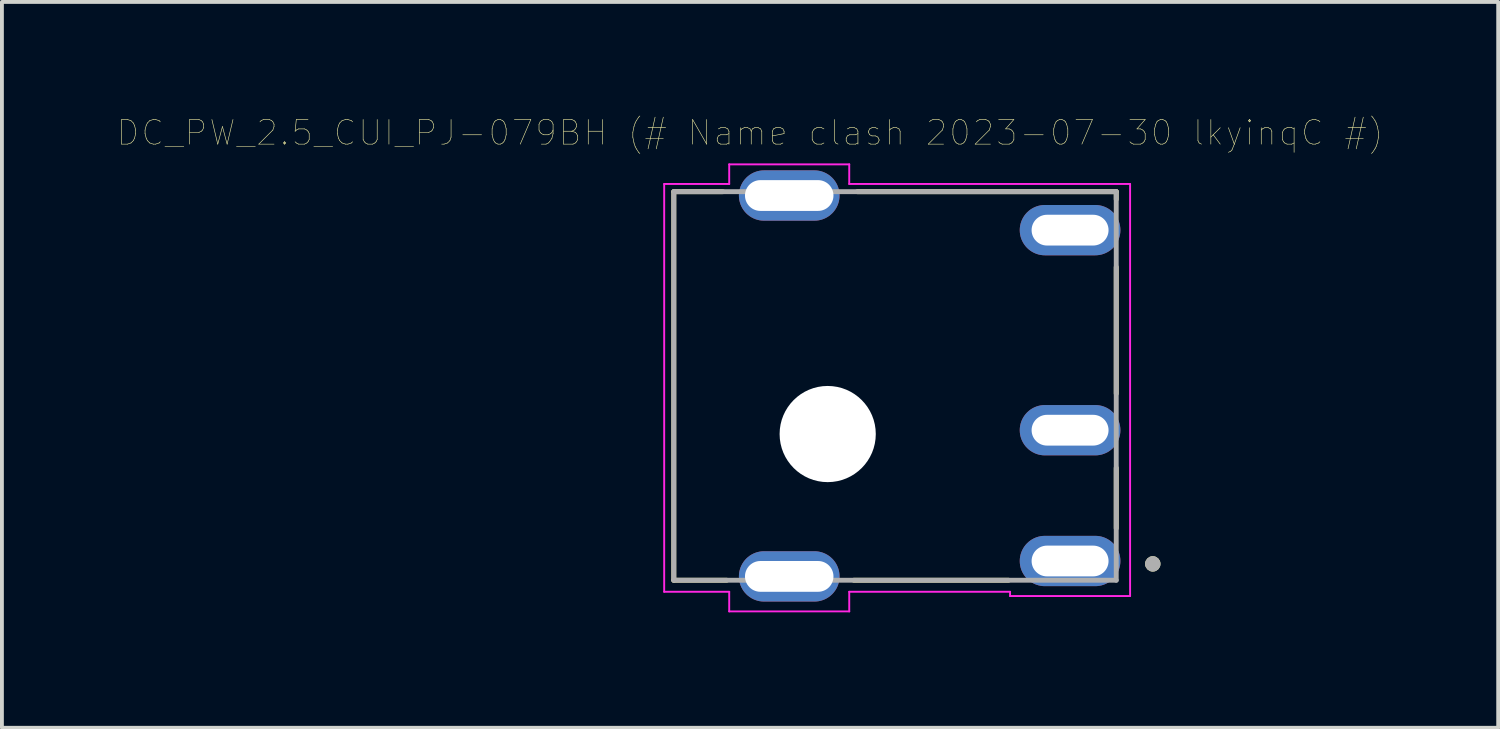
<source format=kicad_pcb>
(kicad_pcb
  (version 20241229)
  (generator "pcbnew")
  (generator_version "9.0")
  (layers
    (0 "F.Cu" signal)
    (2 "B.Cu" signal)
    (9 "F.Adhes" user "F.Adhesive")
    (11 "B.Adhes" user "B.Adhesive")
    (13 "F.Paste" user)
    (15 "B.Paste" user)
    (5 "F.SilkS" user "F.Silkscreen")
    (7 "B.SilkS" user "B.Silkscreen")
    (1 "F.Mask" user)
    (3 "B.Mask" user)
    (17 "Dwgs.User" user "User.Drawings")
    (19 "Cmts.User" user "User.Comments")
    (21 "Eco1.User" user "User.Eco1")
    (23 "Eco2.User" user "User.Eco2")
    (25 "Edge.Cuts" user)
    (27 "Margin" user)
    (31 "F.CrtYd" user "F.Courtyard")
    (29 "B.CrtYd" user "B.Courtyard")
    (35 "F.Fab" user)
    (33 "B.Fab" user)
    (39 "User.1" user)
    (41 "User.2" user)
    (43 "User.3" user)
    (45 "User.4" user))
  (footprint "DC_PW_2.5_CUI_PJ-079BH (# Name clash 2023-07-30 lkyinqC #)"
    (layer "F.Cu")
    (at 14.464 8.232)
    (property "Reference" "DC_PW_2.5_CUI_PJ-079BH (# Name clash 2023-07-30 lkyinqC #)" (at 1.982 -7.831 0) (layer "F.SilkS") (effects (font (size 0.64 0.64) (thickness 0.015))))
    (attr through_hole)
    (fp_line (start 0 -6.3) (end 1.275 -6.3) (stroke (width 0.127) (type solid)) (layer "F.SilkS"))
    (fp_line (start 0 3.8) (end 0 -6.3) (stroke (width 0.127) (type solid)) (layer "F.SilkS"))
    (fp_line (start 1.375 3.8) (end 0 3.8) (stroke (width 0.127) (type solid)) (layer "F.SilkS"))
    (fp_line (start 4.77 -6.3) (end 11.5 -6.3) (stroke (width 0.127) (type solid)) (layer "F.SilkS"))
    (fp_line (start 8.7 3.8) (end 4.68 3.8) (stroke (width 0.127) (type solid)) (layer "F.SilkS"))
    (fp_line (start 11.5 -6.3) (end 11.5 -6.1) (stroke (width 0.127) (type solid)) (layer "F.SilkS"))
    (fp_line (start 11.5 -4.34) (end 11.5 -1.05) (stroke (width 0.127) (type solid)) (layer "F.SilkS"))
    (fp_line (start 11.5 0.88) (end 11.5 2.45) (stroke (width 0.127) (type solid)) (layer "F.SilkS"))
    (fp_circle (center 12.45 3.375) (end 12.55 3.375) (stroke (width 0.2) (type solid)) (fill no) (layer "F.SilkS"))
    (fp_line (start -0.25 4.1) (end -0.25 -6.5) (stroke (width 0.05) (type solid)) (layer "F.CrtYd"))
    (fp_line (start -0.25 4.1) (end 1.44 4.1) (stroke (width 0.05) (type solid)) (layer "F.CrtYd"))
    (fp_line (start 1.44 -6.5) (end -0.25 -6.5) (stroke (width 0.05) (type solid)) (layer "F.CrtYd"))
    (fp_line (start 1.44 -6.5) (end 1.44 -7.01) (stroke (width 0.05) (type solid)) (layer "F.CrtYd"))
    (fp_line (start 1.44 4.1) (end 1.44 4.61) (stroke (width 0.05) (type solid)) (layer "F.CrtYd"))
    (fp_line (start 1.44 4.61) (end 4.56 4.61) (stroke (width 0.05) (type solid)) (layer "F.CrtYd"))
    (fp_line (start 4.56 -7.01) (end 1.44 -7.01) (stroke (width 0.05) (type solid)) (layer "F.CrtYd"))
    (fp_line (start 4.56 -6.5) (end 4.56 -7.01) (stroke (width 0.05) (type solid)) (layer "F.CrtYd"))
    (fp_line (start 4.56 4.1) (end 4.56 4.61) (stroke (width 0.05) (type solid)) (layer "F.CrtYd"))
    (fp_line (start 4.56 4.1) (end 8.74 4.1) (stroke (width 0.05) (type solid)) (layer "F.CrtYd"))
    (fp_line (start 8.74 4.1) (end 8.74 4.21) (stroke (width 0.05) (type solid)) (layer "F.CrtYd"))
    (fp_line (start 8.74 4.21) (end 11.86 4.21) (stroke (width 0.05) (type solid)) (layer "F.CrtYd"))
    (fp_line (start 11.86 -6.5) (end 4.56 -6.5) (stroke (width 0.05) (type solid)) (layer "F.CrtYd"))
    (fp_line (start 11.86 4.21) (end 11.86 -6.5) (stroke (width 0.05) (type solid)) (layer "F.CrtYd"))
    (fp_line (start 0 -6.3) (end 11.5 -6.3) (stroke (width 0.127) (type solid)) (layer "F.Fab"))
    (fp_line (start 0 3.8) (end 0 -6.3) (stroke (width 0.127) (type solid)) (layer "F.Fab"))
    (fp_line (start 0 3.8) (end 11.5 3.8) (stroke (width 0.127) (type solid)) (layer "F.Fab"))
    (fp_line (start 11.5 3.8) (end 11.5 -6.3) (stroke (width 0.127) (type solid)) (layer "F.Fab"))
    (fp_circle (center 12.45 3.375) (end 12.55 3.375) (stroke (width 0.2) (type solid)) (fill no) (layer "F.Fab"))
    (pad "" np_thru_hole circle (at 4 0) (size 2.5 2.5) (drill 2.5) (layers "*.Cu" "*.Mask"))
    (pad "1" thru_hole oval (at 10.3 3.3) (size 2.616 1.308) (drill oval 2 0.8) (layers "*.Cu" "*.Mask"))
    (pad "2" thru_hole oval (at 10.3 -5.3) (size 2.616 1.308) (drill oval 2 0.8) (layers "*.Cu" "*.Mask"))
    (pad "3" thru_hole oval (at 10.3 -0.1) (size 2.616 1.308) (drill oval 2 0.8) (layers "*.Cu" "*.Mask"))
    (pad "S1" thru_hole oval (at 3 -6.2) (size 2.616 1.308) (drill oval 2.3 0.8) (layers "*.Cu" "*.Mask"))
    (pad "S2" thru_hole oval (at 3 3.7) (size 2.616 1.308) (drill oval 2.3 0.8) (layers "*.Cu" "*.Mask")))
  (gr_rect
    (start -3 -3)
    (end 35.892 15.867)
    (stroke (width 0.1) (type default))
    (fill no)
    (layer "Edge.Cuts")))
</source>
